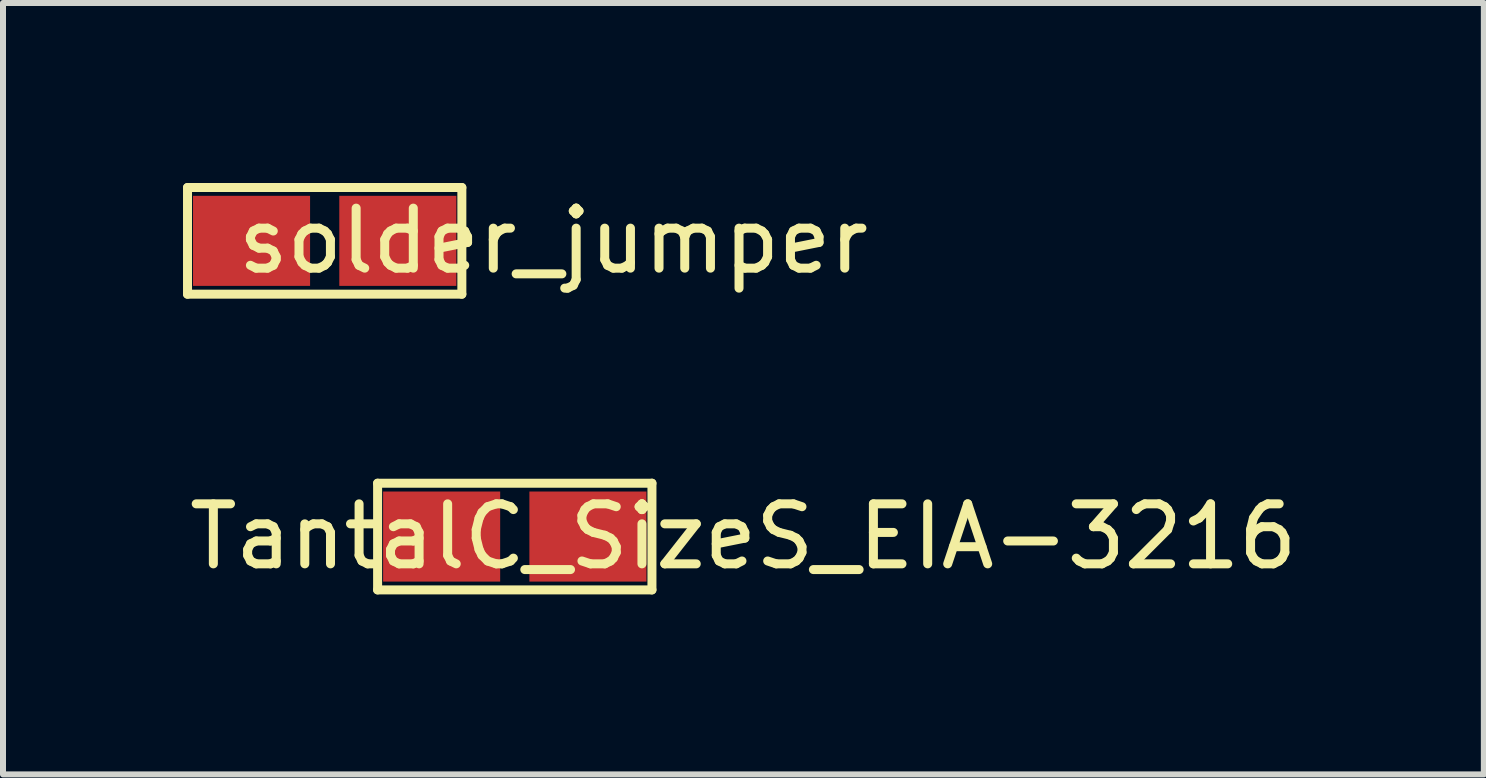
<source format=kicad_pcb>
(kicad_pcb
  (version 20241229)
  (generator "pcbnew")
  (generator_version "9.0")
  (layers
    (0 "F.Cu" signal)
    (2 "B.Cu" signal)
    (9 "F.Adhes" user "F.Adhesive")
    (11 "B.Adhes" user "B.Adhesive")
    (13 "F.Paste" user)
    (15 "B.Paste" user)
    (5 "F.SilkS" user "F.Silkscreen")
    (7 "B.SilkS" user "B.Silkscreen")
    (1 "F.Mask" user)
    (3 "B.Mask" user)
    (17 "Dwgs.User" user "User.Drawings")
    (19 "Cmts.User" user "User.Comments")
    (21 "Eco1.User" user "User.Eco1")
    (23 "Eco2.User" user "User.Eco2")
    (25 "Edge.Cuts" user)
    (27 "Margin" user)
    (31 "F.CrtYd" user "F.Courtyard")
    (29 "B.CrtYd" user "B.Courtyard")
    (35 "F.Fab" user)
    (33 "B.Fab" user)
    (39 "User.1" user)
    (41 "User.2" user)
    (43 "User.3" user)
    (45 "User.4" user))
  (footprint "solder_jumper"
    (layer "F.Cu")
    (at 2.361 0.964)
    (property "Reference" "solder_jumper" (at 3.81 0 0) (layer "F.SilkS") (effects (font (size 1 1) (thickness 0.15))))
    (attr through_hole)
    (fp_line (start -2.286 -0.889) (end -2.286 0.889) (stroke (width 0.15) (type solid)) (layer "F.SilkS"))
    (fp_line (start -2.286 0.889) (end 2.286 0.889) (stroke (width 0.15) (type solid)) (layer "F.SilkS"))
    (fp_line (start 2.286 -0.889) (end -2.286 -0.889) (stroke (width 0.15) (type solid)) (layer "F.SilkS"))
    (fp_line (start 2.286 0.889) (end 2.286 -0.889) (stroke (width 0.15) (type solid)) (layer "F.SilkS"))
    (pad "1" smd rect (at 1.219 0) (size 1.951 1.501) (layers "F.Cu" "F.Mask" "F.Paste"))
    (pad "2" smd rect (at -1.219 0) (size 1.951 1.501) (layers "F.Cu" "F.Mask" "F.Paste")))
  (footprint "TantalC_SizeS_EIA-3216"
    (layer "F.Cu")
    (at 5.529 5.892)
    (property "Reference" "TantalC_SizeS_EIA-3216" (at 3.81 0 0) (layer "F.SilkS") (effects (font (size 1 1) (thickness 0.15))))
    (attr through_hole)
    (fp_line (start -2.286 -0.889) (end -2.286 0.889) (stroke (width 0.15) (type solid)) (layer "F.SilkS"))
    (fp_line (start -2.286 0.889) (end 2.286 0.889) (stroke (width 0.15) (type solid)) (layer "F.SilkS"))
    (fp_line (start 2.286 -0.889) (end -2.286 -0.889) (stroke (width 0.15) (type solid)) (layer "F.SilkS"))
    (fp_line (start 2.286 0.889) (end 2.286 -0.889) (stroke (width 0.15) (type solid)) (layer "F.SilkS"))
    (pad "1" smd rect (at 1.219 0) (size 1.951 1.501) (layers "F.Cu" "F.Mask" "F.Paste"))
    (pad "2" smd rect (at -1.219 0) (size 1.951 1.501) (layers "F.Cu" "F.Mask" "F.Paste")))
  (gr_rect
    (start -3 -3)
    (end 21.679 9.856)
    (stroke (width 0.1) (type default))
    (fill no)
    (layer "Edge.Cuts")))
</source>
